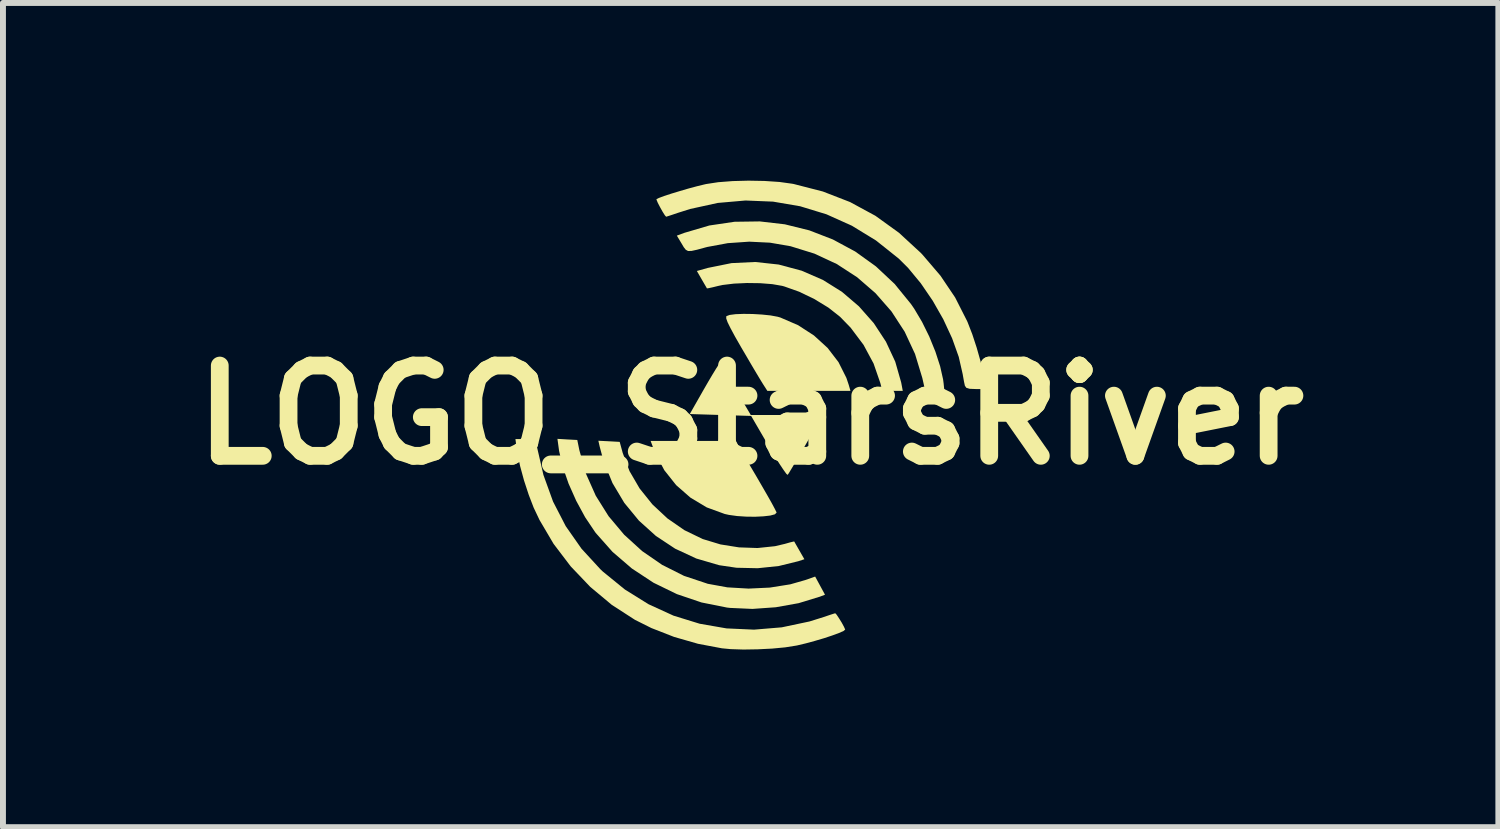
<source format=kicad_pcb>
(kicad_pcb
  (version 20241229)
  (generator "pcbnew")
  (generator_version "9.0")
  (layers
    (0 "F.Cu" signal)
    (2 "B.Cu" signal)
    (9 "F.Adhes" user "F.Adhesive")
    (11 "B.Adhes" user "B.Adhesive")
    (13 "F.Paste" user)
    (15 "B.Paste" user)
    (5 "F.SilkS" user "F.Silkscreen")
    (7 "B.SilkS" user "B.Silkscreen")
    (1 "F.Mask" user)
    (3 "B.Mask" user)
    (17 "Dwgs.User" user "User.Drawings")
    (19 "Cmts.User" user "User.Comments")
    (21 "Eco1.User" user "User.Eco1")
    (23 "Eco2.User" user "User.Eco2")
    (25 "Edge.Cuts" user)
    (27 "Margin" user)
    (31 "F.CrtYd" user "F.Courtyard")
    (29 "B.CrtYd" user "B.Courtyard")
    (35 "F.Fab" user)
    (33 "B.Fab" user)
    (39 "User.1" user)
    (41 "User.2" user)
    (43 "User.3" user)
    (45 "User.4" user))
  (footprint "LOGO_StarsRiver"
    (layer "F.Cu")
    (at 9.623 3.956)
    (property "Reference" "LOGO_StarsRiver" (at 0 0 0) (layer "F.SilkS") (effects (font (size 1.524 1.524) (thickness 0.3))))
    (attr board_only exclude_from_pos_files exclude_from_bom)
    (fp_poly (pts (xy 0.091 1.027) (xy 0.192 1.201) (xy 0.282 1.357) (xy 0.356 1.488) (xy 0.408 1.585) (xy 0.435 1.64) (xy 0.438 1.648) (xy 0.409 1.677) (xy 0.33 1.698) (xy 0.215 1.711) (xy 0.075 1.718) (xy -0.077 1.716) (xy -0.229 1.706) (xy -0.366 1.687) (xy -0.438 1.671) (xy -0.742 1.56) (xy -1.017 1.395) (xy -1.258 1.184) (xy -1.458 0.932) (xy -1.61 0.644) (xy -1.63 0.594) (xy -1.689 0.438) (xy -0.257 0.438)) (stroke (width 0) (type solid)) (fill yes) (layer "F.SilkS"))
    (fp_poly (pts (xy -0.516 -0.832) (xy -0.466 -0.768) (xy -0.394 -0.663) (xy -0.307 -0.524) (xy -0.256 -0.438) (xy 0.002 0) (xy 1.217 0) (xy 0.933 0.493) (xy 0.841 0.652) (xy 0.758 0.792) (xy 0.691 0.905) (xy 0.645 0.981) (xy 0.625 1.011) (xy 0.603 0.994) (xy 0.556 0.929) (xy 0.488 0.827) (xy 0.404 0.693) (xy 0.311 0.536) (xy 0.305 0.526) (xy 0.008 0.016) (xy -0.51 0) (xy -1.028 -0.016) (xy -0.799 -0.418) (xy -0.716 -0.562) (xy -0.642 -0.687) (xy -0.584 -0.782) (xy -0.548 -0.838) (xy -0.541 -0.848)) (stroke (width 0) (type solid)) (fill yes) (layer "F.SilkS"))
    (fp_poly (pts (xy 0.032 -1.705) (xy 0.188 -1.696) (xy 0.334 -1.681) (xy 0.454 -1.659) (xy 0.5 -1.646) (xy 0.801 -1.516) (xy 1.069 -1.342) (xy 1.299 -1.132) (xy 1.483 -0.892) (xy 1.616 -0.627) (xy 1.656 -0.508) (xy 1.685 -0.407) (xy 0.282 -0.407) (xy 0.207 -0.524) (xy 0.167 -0.589) (xy 0.102 -0.697) (xy 0.019 -0.837) (xy -0.074 -0.996) (xy -0.157 -1.137) (xy -0.264 -1.324) (xy -0.34 -1.465) (xy -0.389 -1.564) (xy -0.412 -1.628) (xy -0.412 -1.663) (xy -0.408 -1.669) (xy -0.355 -1.689) (xy -0.254 -1.702) (xy -0.12 -1.707)) (stroke (width 0) (type solid)) (fill yes) (layer "F.SilkS"))
    (fp_poly (pts (xy -2.391 0.444) (xy -2.211 0.454) (xy -2.16 0.641) (xy -2.045 0.948) (xy -1.875 1.24) (xy -1.659 1.509) (xy -1.404 1.747) (xy -1.118 1.945) (xy -0.81 2.094) (xy -0.807 2.095) (xy -0.51 2.185) (xy -0.197 2.235) (xy 0.116 2.246) (xy 0.412 2.215) (xy 0.577 2.176) (xy 0.665 2.151) (xy 0.723 2.137) (xy 0.736 2.136) (xy 0.752 2.165) (xy 0.79 2.231) (xy 0.823 2.289) (xy 0.907 2.435) (xy 0.804 2.469) (xy 0.474 2.55) (xy 0.119 2.587) (xy -0.24 2.579) (xy -0.532 2.536) (xy -0.918 2.423) (xy -1.275 2.257) (xy -1.6 2.042) (xy -1.887 1.783) (xy -2.133 1.484) (xy -2.333 1.149) (xy -2.482 0.782) (xy -2.548 0.537) (xy -2.571 0.435)) (stroke (width 0) (type solid)) (fill yes) (layer "F.SilkS"))
    (fp_poly (pts (xy 0.473 -2.54) (xy 0.861 -2.436) (xy 1.22 -2.28) (xy 1.54 -2.08) (xy 1.828 -1.834) (xy 2.078 -1.551) (xy 2.284 -1.237) (xy 2.441 -0.9) (xy 2.541 -0.55) (xy 2.546 -0.524) (xy 2.568 -0.407) (xy 2.223 -0.407) (xy 2.189 -0.54) (xy 2.075 -0.869) (xy 1.905 -1.185) (xy 1.688 -1.474) (xy 1.509 -1.658) (xy 1.312 -1.813) (xy 1.074 -1.958) (xy 0.819 -2.081) (xy 0.568 -2.17) (xy 0.532 -2.18) (xy 0.365 -2.209) (xy 0.16 -2.225) (xy -0.063 -2.228) (xy -0.281 -2.218) (xy -0.472 -2.195) (xy -0.547 -2.179) (xy -0.645 -2.155) (xy -0.715 -2.14) (xy -0.738 -2.137) (xy -0.754 -2.165) (xy -0.792 -2.23) (xy -0.825 -2.287) (xy -0.908 -2.431) (xy -0.723 -2.483) (xy -0.323 -2.564) (xy 0.077 -2.583)) (stroke (width 0) (type solid)) (fill yes) (layer "F.SilkS"))
    (fp_poly (pts (xy -3.094 0.413) (xy -2.927 0.422) (xy -2.892 0.594) (xy -2.781 0.99) (xy -2.615 1.363) (xy -2.399 1.708) (xy -2.136 2.021) (xy -1.833 2.297) (xy -1.495 2.53) (xy -1.125 2.716) (xy -0.729 2.848) (xy -0.728 2.849) (xy -0.394 2.91) (xy -0.036 2.931) (xy 0.324 2.914) (xy 0.669 2.859) (xy 0.921 2.787) (xy 1.089 2.728) (xy 1.172 2.881) (xy 1.255 3.034) (xy 1.167 3.068) (xy 0.81 3.177) (xy 0.424 3.246) (xy 0.03 3.274) (xy -0.348 3.257) (xy -0.4 3.251) (xy -0.83 3.165) (xy -1.246 3.024) (xy -1.64 2.832) (xy -2.005 2.592) (xy -2.332 2.311) (xy -2.615 1.992) (xy -2.628 1.974) (xy -2.794 1.727) (xy -2.945 1.449) (xy -3.074 1.159) (xy -3.173 0.873) (xy -3.234 0.608) (xy -3.24 0.564) (xy -3.262 0.403)) (stroke (width 0) (type solid)) (fill yes) (layer "F.SilkS"))
    (fp_poly (pts (xy 0.577 -3.219) (xy 0.99 -3.117) (xy 1.388 -2.963) (xy 1.765 -2.76) (xy 2.114 -2.509) (xy 2.43 -2.213) (xy 2.707 -1.873) (xy 2.762 -1.793) (xy 2.893 -1.572) (xy 3.015 -1.325) (xy 3.119 -1.069) (xy 3.199 -0.822) (xy 3.249 -0.6) (xy 3.258 -0.531) (xy 3.269 -0.422) (xy 3.108 -0.413) (xy 2.948 -0.404) (xy 2.898 -0.625) (xy 2.775 -1.03) (xy 2.6 -1.406) (xy 2.376 -1.75) (xy 2.107 -2.057) (xy 1.798 -2.325) (xy 1.453 -2.549) (xy 1.077 -2.724) (xy 0.674 -2.849) (xy 0.326 -2.909) (xy -0.024 -2.926) (xy -0.386 -2.901) (xy -0.731 -2.837) (xy -0.766 -2.828) (xy -0.905 -2.79) (xy -0.997 -2.77) (xy -1.056 -2.768) (xy -1.095 -2.789) (xy -1.129 -2.832) (xy -1.162 -2.888) (xy -1.246 -3.028) (xy -1.116 -3.076) (xy -0.698 -3.199) (xy -0.273 -3.262) (xy 0.154 -3.268)) (stroke (width 0) (type solid)) (fill yes) (layer "F.SilkS"))
    (fp_poly (pts (xy -3.611 0.524) (xy -3.499 1.011) (xy -3.336 1.462) (xy -3.122 1.877) (xy -2.856 2.257) (xy -2.539 2.602) (xy -2.496 2.643) (xy -2.124 2.946) (xy -1.724 3.195) (xy -1.302 3.388) (xy -0.861 3.524) (xy -0.407 3.603) (xy 0.057 3.624) (xy 0.525 3.585) (xy 0.993 3.486) (xy 1.233 3.411) (xy 1.33 3.378) (xy 1.401 3.355) (xy 1.428 3.347) (xy 1.451 3.371) (xy 1.491 3.431) (xy 1.537 3.505) (xy 1.575 3.575) (xy 1.595 3.62) (xy 1.595 3.624) (xy 1.567 3.647) (xy 1.49 3.681) (xy 1.376 3.723) (xy 1.237 3.769) (xy 1.084 3.814) (xy 0.93 3.856) (xy 0.787 3.89) (xy 0.766 3.894) (xy 0.583 3.923) (xy 0.361 3.944) (xy 0.119 3.956) (xy -0.121 3.96) (xy -0.337 3.953) (xy -0.485 3.939) (xy -0.888 3.863) (xy -1.292 3.747) (xy -1.676 3.597) (xy -1.954 3.458) (xy -2.344 3.206) (xy -2.708 2.902) (xy -3.038 2.556) (xy -3.327 2.176) (xy -3.565 1.772) (xy -3.664 1.563) (xy -3.747 1.347) (xy -3.826 1.106) (xy -3.892 0.864) (xy -3.939 0.643) (xy -3.952 0.555) (xy -3.971 0.407) (xy -3.631 0.407)) (stroke (width 0) (type solid)) (fill yes) (layer "F.SilkS"))
    (fp_poly (pts (xy 0.234 -3.951) (xy 0.487 -3.934) (xy 0.703 -3.904) (xy 0.725 -3.9) (xy 1.219 -3.773) (xy 1.678 -3.595) (xy 2.106 -3.363) (xy 2.504 -3.076) (xy 2.875 -2.734) (xy 2.904 -2.703) (xy 3.204 -2.352) (xy 3.452 -1.984) (xy 3.654 -1.586) (xy 3.664 -1.563) (xy 3.742 -1.362) (xy 3.816 -1.136) (xy 3.881 -0.907) (xy 3.929 -0.697) (xy 3.95 -0.571) (xy 3.967 -0.438) (xy 3.8 -0.438) (xy 3.697 -0.442) (xy 3.641 -0.459) (xy 3.618 -0.492) (xy 3.617 -0.493) (xy 3.603 -0.557) (xy 3.586 -0.652) (xy 3.58 -0.688) (xy 3.513 -0.981) (xy 3.401 -1.295) (xy 3.252 -1.616) (xy 3.073 -1.93) (xy 2.872 -2.224) (xy 2.657 -2.484) (xy 2.499 -2.641) (xy 2.116 -2.946) (xy 1.709 -3.195) (xy 1.28 -3.388) (xy 0.835 -3.524) (xy 0.378 -3.602) (xy -0.087 -3.621) (xy -0.555 -3.58) (xy -1.021 -3.478) (xy -1.233 -3.411) (xy -1.33 -3.378) (xy -1.401 -3.355) (xy -1.427 -3.347) (xy -1.449 -3.372) (xy -1.487 -3.432) (xy -1.53 -3.509) (xy -1.568 -3.582) (xy -1.589 -3.633) (xy -1.59 -3.644) (xy -1.549 -3.664) (xy -1.461 -3.697) (xy -1.339 -3.737) (xy -1.197 -3.78) (xy -1.047 -3.824) (xy -0.905 -3.862) (xy -0.782 -3.892) (xy -0.751 -3.899) (xy -0.548 -3.93) (xy -0.303 -3.949) (xy -0.036 -3.956)) (stroke (width 0) (type solid)) (fill yes) (layer "F.SilkS")))
  (gr_rect
    (start -3 -3)
    (end 22.246 10.915)
    (stroke (width 0.1) (type default))
    (fill no)
    (layer "Edge.Cuts")))
</source>
